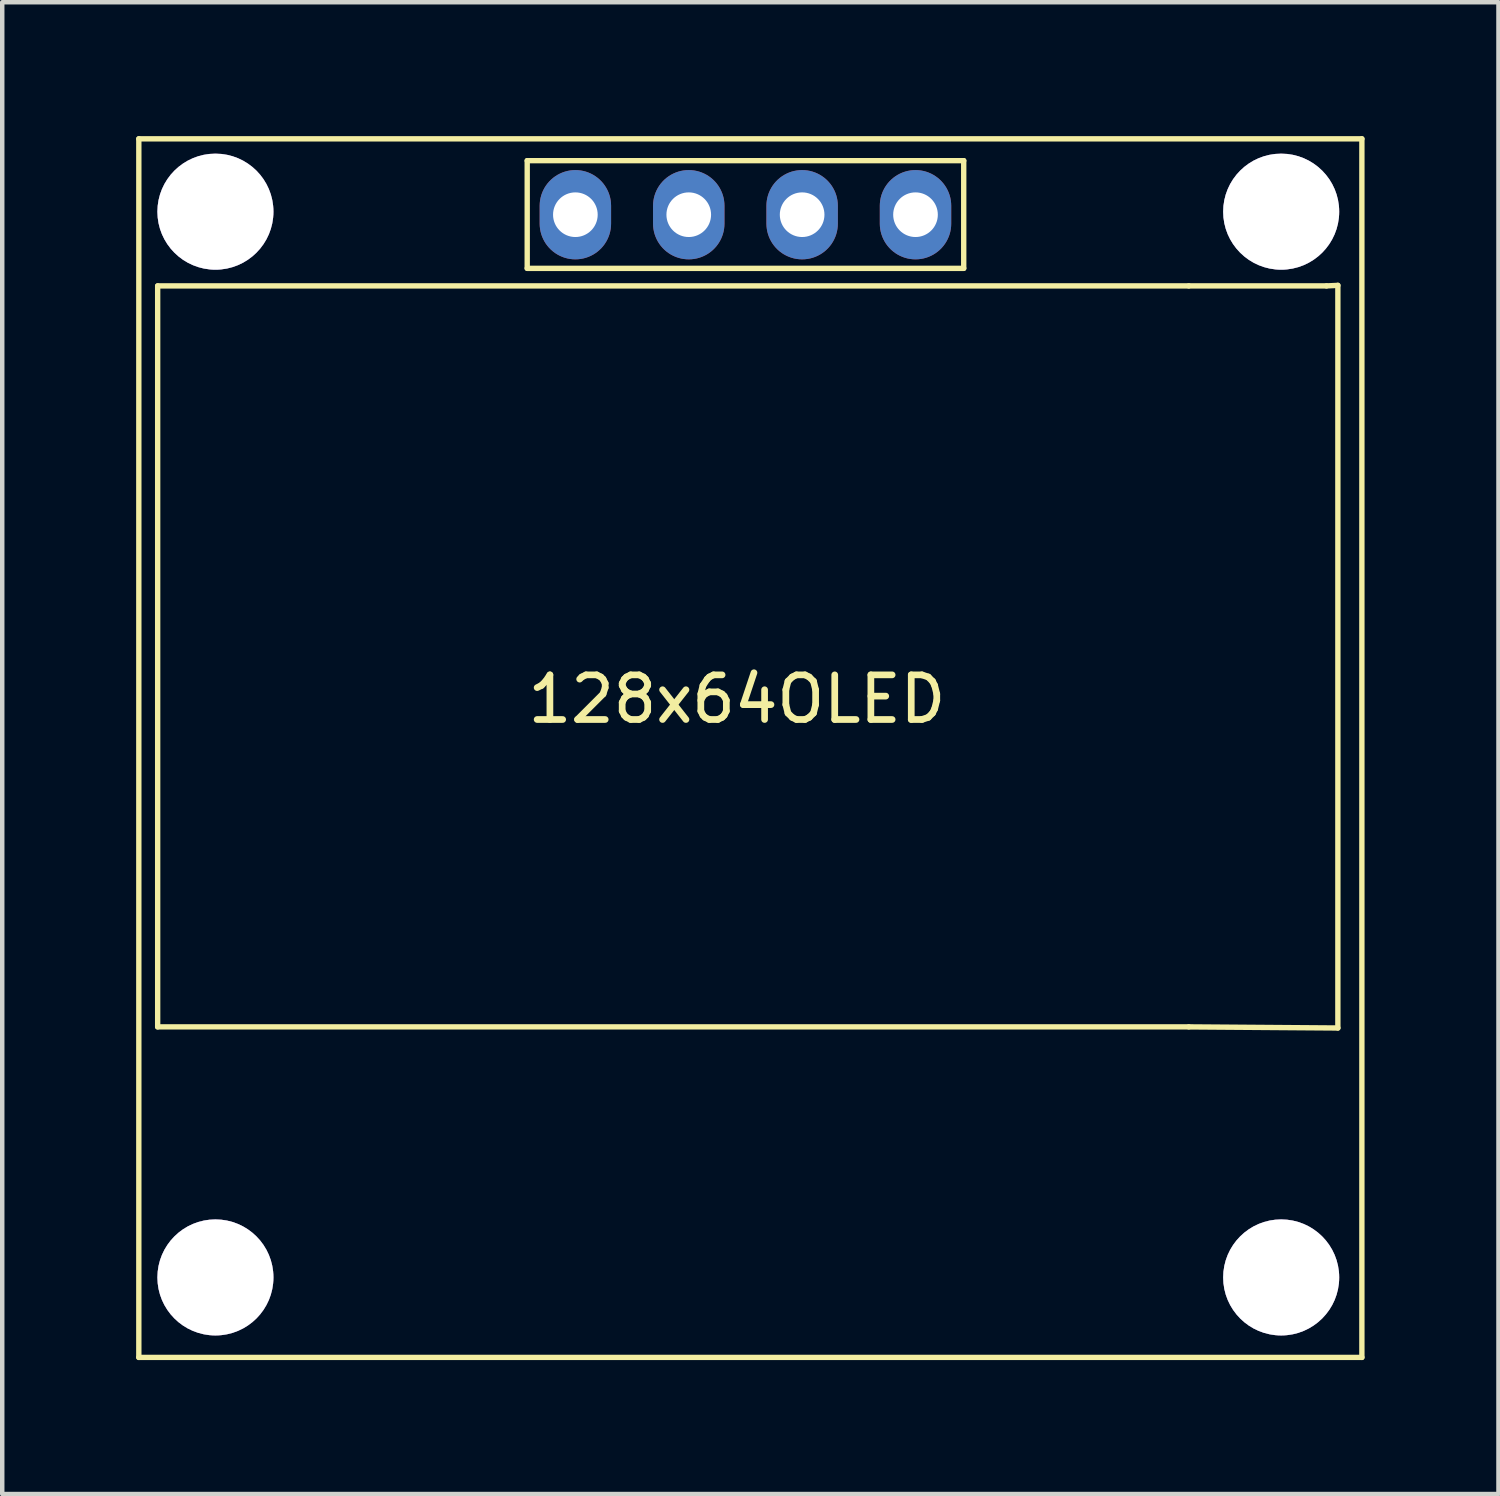
<source format=kicad_pcb>
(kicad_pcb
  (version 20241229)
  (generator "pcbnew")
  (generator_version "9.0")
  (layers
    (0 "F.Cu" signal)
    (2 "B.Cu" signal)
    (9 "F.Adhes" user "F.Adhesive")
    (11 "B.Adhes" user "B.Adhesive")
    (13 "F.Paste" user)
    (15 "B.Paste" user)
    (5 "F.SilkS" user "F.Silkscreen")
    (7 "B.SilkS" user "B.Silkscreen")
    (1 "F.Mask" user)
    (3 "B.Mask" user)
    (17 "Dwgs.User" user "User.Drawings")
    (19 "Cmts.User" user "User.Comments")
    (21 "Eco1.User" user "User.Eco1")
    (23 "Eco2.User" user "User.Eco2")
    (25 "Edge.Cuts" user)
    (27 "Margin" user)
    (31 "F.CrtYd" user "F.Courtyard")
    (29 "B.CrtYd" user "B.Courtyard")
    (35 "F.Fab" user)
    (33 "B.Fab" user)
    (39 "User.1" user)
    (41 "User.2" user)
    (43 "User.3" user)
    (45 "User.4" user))
  (footprint "128x64OLED"
    (layer "F.Cu")
    (at 13.46 12.36)
    (property "Reference" "128x64OLED" (at 0 0.254 0) (layer "F.SilkS") (effects (font (size 1 1) (thickness 0.15))))
    (attr through_hole)
    (fp_line (start -13.4 -12.3) (end 14 -12.3) (stroke (width 0.12) (type solid)) (layer "F.SilkS"))
    (fp_line (start -13.4 15) (end -13.4 -12.3) (stroke (width 0.12) (type solid)) (layer "F.SilkS"))
    (fp_line (start -12.978 -9.005) (end 10.122 -9.005) (stroke (width 0.12) (type solid)) (layer "F.SilkS"))
    (fp_line (start -12.978 7.595) (end -12.978 -9.005) (stroke (width 0.12) (type solid)) (layer "F.SilkS"))
    (fp_line (start -4.699 -11.811) (end -4.699 -9.398) (stroke (width 0.12) (type solid)) (layer "F.SilkS"))
    (fp_line (start -4.699 -11.811) (end 5.08 -11.811) (stroke (width 0.12) (type solid)) (layer "F.SilkS"))
    (fp_line (start 5.08 -11.811) (end 5.08 -9.398) (stroke (width 0.12) (type solid)) (layer "F.SilkS"))
    (fp_line (start 5.08 -9.398) (end -4.699 -9.398) (stroke (width 0.12) (type solid)) (layer "F.SilkS"))
    (fp_line (start 10.122 -9.005) (end 13.208 -9.005) (stroke (width 0.12) (type solid)) (layer "F.SilkS"))
    (fp_line (start 10.122 7.595) (end -12.978 7.595) (stroke (width 0.12) (type solid)) (layer "F.SilkS"))
    (fp_line (start 10.122 7.595) (end 13.462 7.62) (stroke (width 0.12) (type solid)) (layer "F.SilkS"))
    (fp_line (start 13.462 -9.017) (end 13.208 -9.005) (stroke (width 0.12) (type solid)) (layer "F.SilkS"))
    (fp_line (start 13.462 7.62) (end 13.462 -9.017) (stroke (width 0.12) (type solid)) (layer "F.SilkS"))
    (fp_line (start 14 -12.3) (end 14 15) (stroke (width 0.12) (type solid)) (layer "F.SilkS"))
    (fp_line (start 14 15) (end -13.4 15) (stroke (width 0.12) (type solid)) (layer "F.SilkS"))
    (pad "" thru_hole circle (at -11.684 -10.668) (size 2.6 2.6) (drill 2.6) (layers "*.Cu" "*.Mask"))
    (pad "" thru_hole circle (at -11.684 13.208) (size 2.6 2.6) (drill 2.6) (layers "*.Cu" "*.Mask"))
    (pad "" thru_hole circle (at 12.192 -10.668) (size 2.6 2.6) (drill 2.6) (layers "*.Cu" "*.Mask"))
    (pad "" thru_hole circle (at 12.192 13.208) (size 2.6 2.6) (drill 2.6) (layers "*.Cu" "*.Mask"))
    (pad "1" thru_hole oval (at -3.62 -10.6 90) (size 2 1.6) (drill 1) (layers "*.Cu" "*.Mask"))
    (pad "2" thru_hole oval (at -1.08 -10.6 90) (size 2 1.6) (drill 1) (layers "*.Cu" "*.Mask"))
    (pad "3" thru_hole oval (at 1.46 -10.6 90) (size 2 1.6) (drill 1) (layers "*.Cu" "*.Mask"))
    (pad "4" thru_hole oval (at 4 -10.6 90) (size 2 1.6) (drill 1) (layers "*.Cu" "*.Mask")))
  (gr_rect
    (start -3 -3)
    (end 30.52 30.42)
    (stroke (width 0.1) (type default))
    (fill no)
    (layer "Edge.Cuts")))
</source>
